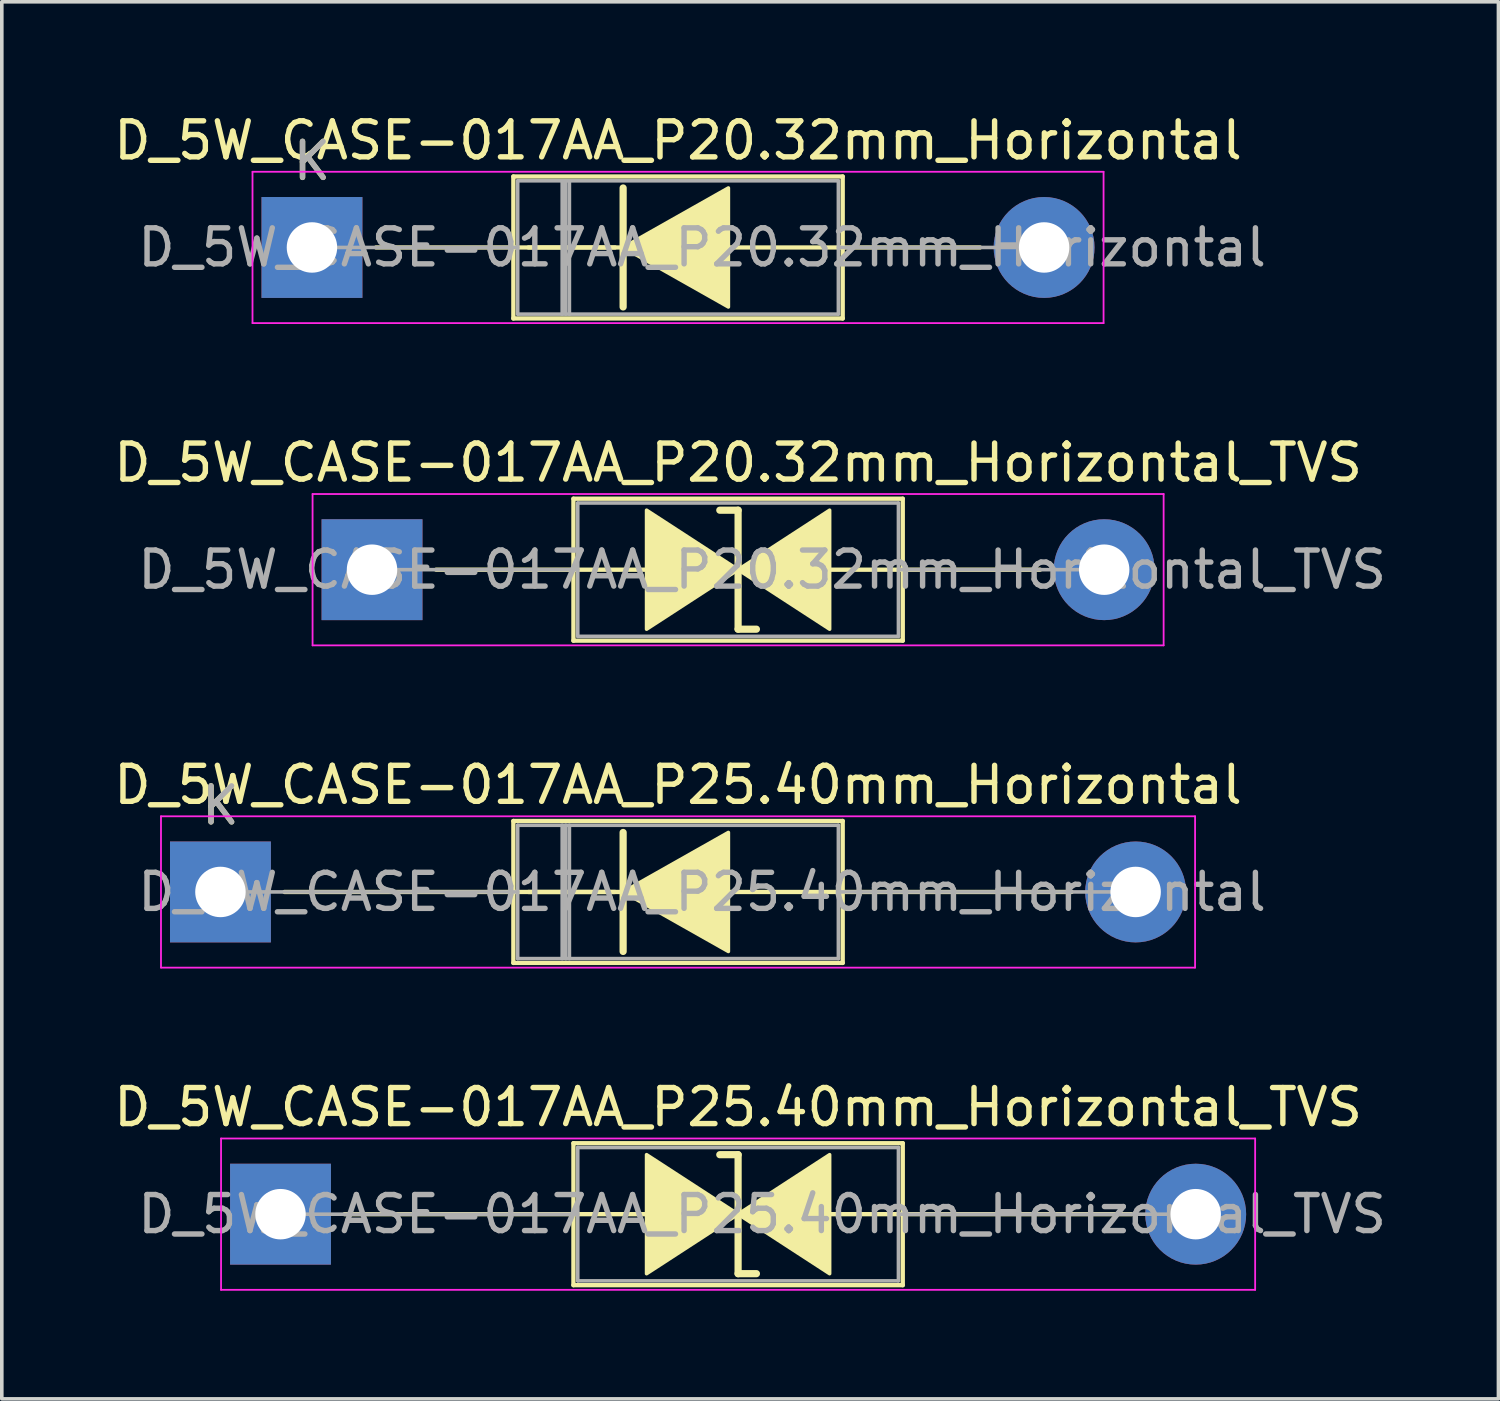
<source format=kicad_pcb>
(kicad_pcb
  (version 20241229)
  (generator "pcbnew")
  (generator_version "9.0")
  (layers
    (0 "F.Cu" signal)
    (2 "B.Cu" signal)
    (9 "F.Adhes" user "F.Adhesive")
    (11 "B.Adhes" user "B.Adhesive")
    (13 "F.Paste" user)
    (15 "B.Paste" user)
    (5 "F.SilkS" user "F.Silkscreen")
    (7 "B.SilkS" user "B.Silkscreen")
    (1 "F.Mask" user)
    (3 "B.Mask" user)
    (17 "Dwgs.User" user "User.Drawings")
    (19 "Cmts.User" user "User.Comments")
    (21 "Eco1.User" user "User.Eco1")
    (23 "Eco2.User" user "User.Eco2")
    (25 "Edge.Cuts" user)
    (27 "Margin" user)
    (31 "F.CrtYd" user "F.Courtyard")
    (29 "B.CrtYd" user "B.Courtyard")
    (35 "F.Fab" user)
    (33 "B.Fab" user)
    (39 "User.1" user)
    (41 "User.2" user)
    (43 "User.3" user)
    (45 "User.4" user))
  (footprint "D_5W_CASE-017AA_P25.40mm_Horizontal"
    (layer "F.Cu")
    (at 3.068 21.705)
    (property "Reference" "D_5W_CASE-017AA_P25.40mm_Horizontal" (at 12.7 -2.97 0) (layer "F.SilkS") (effects (font (size 1 1) (thickness 0.15))))
    (fp_line (start 1.778 0) (end 10.95 0) (stroke (width 0.12) (type solid)) (layer "F.SilkS"))
    (fp_line (start 8.13 -1.97) (end 8.13 1.97) (stroke (width 0.12) (type solid)) (layer "F.SilkS"))
    (fp_line (start 8.13 1.97) (end 17.27 1.97) (stroke (width 0.12) (type solid)) (layer "F.SilkS"))
    (fp_line (start 11.176 -1.651) (end 11.176 1.651) (stroke (width 0.2) (type solid)) (layer "F.SilkS"))
    (fp_line (start 11.176 0) (end 8.55 0) (stroke (width 0.12) (type solid)) (layer "F.SilkS"))
    (fp_line (start 17.27 -1.97) (end 8.13 -1.97) (stroke (width 0.12) (type solid)) (layer "F.SilkS"))
    (fp_line (start 17.27 1.97) (end 17.27 -1.97) (stroke (width 0.12) (type solid)) (layer "F.SilkS"))
    (fp_line (start 23.622 0) (end 13.97 0) (stroke (width 0.12) (type solid)) (layer "F.SilkS"))
    (fp_poly (pts (xy 14.097 1.651) (xy 11.176 0) (xy 14.097 -1.651)) (stroke (width 0.1) (type solid)) (fill yes) (layer "F.SilkS"))
    (fp_line (start -1.65 -2.1) (end -1.65 2.1) (stroke (width 0.05) (type solid)) (layer "F.CrtYd"))
    (fp_line (start -1.65 2.1) (end 27.05 2.1) (stroke (width 0.05) (type solid)) (layer "F.CrtYd"))
    (fp_line (start 27.05 -2.1) (end -1.65 -2.1) (stroke (width 0.05) (type solid)) (layer "F.CrtYd"))
    (fp_line (start 27.05 2.1) (end 27.05 -2.1) (stroke (width 0.05) (type solid)) (layer "F.CrtYd"))
    (fp_line (start 0 0) (end 8.25 0) (stroke (width 0.1) (type solid)) (layer "F.Fab"))
    (fp_line (start 8.25 -1.85) (end 8.25 1.85) (stroke (width 0.1) (type solid)) (layer "F.Fab"))
    (fp_line (start 8.25 1.85) (end 17.15 1.85) (stroke (width 0.1) (type solid)) (layer "F.Fab"))
    (fp_line (start 9.485 -1.85) (end 9.485 1.85) (stroke (width 0.1) (type solid)) (layer "F.Fab"))
    (fp_line (start 9.585 -1.85) (end 9.585 1.85) (stroke (width 0.1) (type solid)) (layer "F.Fab"))
    (fp_line (start 9.685 -1.85) (end 9.685 1.85) (stroke (width 0.1) (type solid)) (layer "F.Fab"))
    (fp_line (start 17.15 -1.85) (end 8.25 -1.85) (stroke (width 0.1) (type solid)) (layer "F.Fab"))
    (fp_line (start 17.15 1.85) (end 17.15 -1.85) (stroke (width 0.1) (type solid)) (layer "F.Fab"))
    (fp_line (start 25.4 0) (end 17.15 0) (stroke (width 0.1) (type solid)) (layer "F.Fab"))
    (fp_text user "K" (at 0 -2.4 0) (layer "F.SilkS") (effects (font (size 1 1) (thickness 0.15))))
    (fp_text user "${REFERENCE}" (at 13.367 0 0) (layer "F.Fab") (effects (font (size 1 1) (thickness 0.15))))
    (fp_text user "K" (at 0 -2.4 0) (layer "F.Fab") (effects (font (size 1 1) (thickness 0.15))))
    (pad "1" thru_hole rect (at 0 0) (size 2.8 2.8) (drill 1.4) (layers "*.Cu" "*.Mask"))
    (pad "2" thru_hole oval (at 25.4 0) (size 2.8 2.8) (drill 1.4) (layers "*.Cu" "*.Mask")))
  (footprint "D_5W_CASE-017AA_P20.32mm_Horizontal_TVS"
    (layer "F.Cu")
    (at 7.275 12.761)
    (property "Reference" "D_5W_CASE-017AA_P20.32mm_Horizontal_TVS" (at 10.16 -2.97 0) (layer "F.SilkS") (effects (font (size 1 1) (thickness 0.15))))
    (fp_line (start 1.778 0) (end 5.59 0) (stroke (width 0.12) (type solid)) (layer "F.SilkS"))
    (fp_line (start 5.588 0) (end 7.62 0) (stroke (width 0.12) (type solid)) (layer "F.SilkS"))
    (fp_line (start 5.59 -1.97) (end 5.59 1.97) (stroke (width 0.12) (type solid)) (layer "F.SilkS"))
    (fp_line (start 5.59 1.97) (end 14.73 1.97) (stroke (width 0.12) (type solid)) (layer "F.SilkS"))
    (fp_line (start 10.16 -1.651) (end 9.652 -1.651) (stroke (width 0.2) (type solid)) (layer "F.SilkS"))
    (fp_line (start 10.16 1.651) (end 10.16 -1.651) (stroke (width 0.2) (type solid)) (layer "F.SilkS"))
    (fp_line (start 10.668 1.651) (end 10.16 1.651) (stroke (width 0.2) (type solid)) (layer "F.SilkS"))
    (fp_line (start 14.73 -1.97) (end 5.59 -1.97) (stroke (width 0.12) (type solid)) (layer "F.SilkS"))
    (fp_line (start 14.73 0) (end 12.7 0) (stroke (width 0.12) (type solid)) (layer "F.SilkS"))
    (fp_line (start 14.73 1.97) (end 14.73 -1.97) (stroke (width 0.12) (type solid)) (layer "F.SilkS"))
    (fp_line (start 18.542 0) (end 14.73 0) (stroke (width 0.12) (type solid)) (layer "F.SilkS"))
    (fp_poly (pts (xy 10.16 0) (xy 7.62 1.651) (xy 7.62 -1.651)) (stroke (width 0.1) (type solid)) (fill yes) (layer "F.SilkS"))
    (fp_poly (pts (xy 10.16 0) (xy 12.7 -1.651) (xy 12.7 1.651)) (stroke (width 0.1) (type solid)) (fill yes) (layer "F.SilkS"))
    (fp_line (start -1.65 -2.1) (end -1.65 2.1) (stroke (width 0.05) (type solid)) (layer "F.CrtYd"))
    (fp_line (start -1.65 2.1) (end 21.97 2.1) (stroke (width 0.05) (type solid)) (layer "F.CrtYd"))
    (fp_line (start 21.97 -2.1) (end -1.65 -2.1) (stroke (width 0.05) (type solid)) (layer "F.CrtYd"))
    (fp_line (start 21.97 2.1) (end 21.97 -2.1) (stroke (width 0.05) (type solid)) (layer "F.CrtYd"))
    (fp_line (start 0 0) (end 5.71 0) (stroke (width 0.1) (type solid)) (layer "F.Fab"))
    (fp_line (start 5.71 -1.85) (end 5.71 1.85) (stroke (width 0.1) (type solid)) (layer "F.Fab"))
    (fp_line (start 5.71 1.85) (end 14.61 1.85) (stroke (width 0.1) (type solid)) (layer "F.Fab"))
    (fp_line (start 14.61 -1.85) (end 5.71 -1.85) (stroke (width 0.1) (type solid)) (layer "F.Fab"))
    (fp_line (start 14.61 1.85) (end 14.61 -1.85) (stroke (width 0.1) (type solid)) (layer "F.Fab"))
    (fp_line (start 20.32 0) (end 14.61 0) (stroke (width 0.1) (type solid)) (layer "F.Fab"))
    (fp_text user "${REFERENCE}" (at 10.828 0 0) (layer "F.Fab") (effects (font (size 1 1) (thickness 0.15))))
    (pad "1" thru_hole rect (at 0 0) (size 2.8 2.8) (drill 1.4) (layers "*.Cu" "*.Mask"))
    (pad "2" thru_hole oval (at 20.32 0) (size 2.8 2.8) (drill 1.4) (layers "*.Cu" "*.Mask")))
  (footprint "D_5W_CASE-017AA_P20.32mm_Horizontal"
    (layer "F.Cu")
    (at 5.608 3.818)
    (property "Reference" "D_5W_CASE-017AA_P20.32mm_Horizontal" (at 10.16 -2.97 0) (layer "F.SilkS") (effects (font (size 1 1) (thickness 0.15))))
    (fp_line (start 1.778 0) (end 8.41 0) (stroke (width 0.12) (type solid)) (layer "F.SilkS"))
    (fp_line (start 5.59 -1.97) (end 5.59 1.97) (stroke (width 0.12) (type solid)) (layer "F.SilkS"))
    (fp_line (start 5.59 1.97) (end 14.73 1.97) (stroke (width 0.12) (type solid)) (layer "F.SilkS"))
    (fp_line (start 8.636 -1.651) (end 8.636 1.651) (stroke (width 0.2) (type solid)) (layer "F.SilkS"))
    (fp_line (start 8.636 0) (end 6.01 0) (stroke (width 0.12) (type solid)) (layer "F.SilkS"))
    (fp_line (start 14.73 -1.97) (end 5.59 -1.97) (stroke (width 0.12) (type solid)) (layer "F.SilkS"))
    (fp_line (start 14.73 1.97) (end 14.73 -1.97) (stroke (width 0.12) (type solid)) (layer "F.SilkS"))
    (fp_line (start 18.542 0) (end 11.43 0) (stroke (width 0.12) (type solid)) (layer "F.SilkS"))
    (fp_poly (pts (xy 11.557 1.651) (xy 8.636 0) (xy 11.557 -1.651)) (stroke (width 0.1) (type solid)) (fill yes) (layer "F.SilkS"))
    (fp_line (start -1.65 -2.1) (end -1.65 2.1) (stroke (width 0.05) (type solid)) (layer "F.CrtYd"))
    (fp_line (start -1.65 2.1) (end 21.97 2.1) (stroke (width 0.05) (type solid)) (layer "F.CrtYd"))
    (fp_line (start 21.97 -2.1) (end -1.65 -2.1) (stroke (width 0.05) (type solid)) (layer "F.CrtYd"))
    (fp_line (start 21.97 2.1) (end 21.97 -2.1) (stroke (width 0.05) (type solid)) (layer "F.CrtYd"))
    (fp_line (start 0 0) (end 5.71 0) (stroke (width 0.1) (type solid)) (layer "F.Fab"))
    (fp_line (start 5.71 -1.85) (end 5.71 1.85) (stroke (width 0.1) (type solid)) (layer "F.Fab"))
    (fp_line (start 5.71 1.85) (end 14.61 1.85) (stroke (width 0.1) (type solid)) (layer "F.Fab"))
    (fp_line (start 6.945 -1.85) (end 6.945 1.85) (stroke (width 0.1) (type solid)) (layer "F.Fab"))
    (fp_line (start 7.045 -1.85) (end 7.045 1.85) (stroke (width 0.1) (type solid)) (layer "F.Fab"))
    (fp_line (start 7.145 -1.85) (end 7.145 1.85) (stroke (width 0.1) (type solid)) (layer "F.Fab"))
    (fp_line (start 14.61 -1.85) (end 5.71 -1.85) (stroke (width 0.1) (type solid)) (layer "F.Fab"))
    (fp_line (start 14.61 1.85) (end 14.61 -1.85) (stroke (width 0.1) (type solid)) (layer "F.Fab"))
    (fp_line (start 20.32 0) (end 14.61 0) (stroke (width 0.1) (type solid)) (layer "F.Fab"))
    (fp_text user "K" (at 0 -2.4 0) (layer "F.SilkS") (effects (font (size 1 1) (thickness 0.15))))
    (fp_text user "${REFERENCE}" (at 10.828 0 0) (layer "F.Fab") (effects (font (size 1 1) (thickness 0.15))))
    (fp_text user "K" (at 0 -2.4 0) (layer "F.Fab") (effects (font (size 1 1) (thickness 0.15))))
    (pad "1" thru_hole rect (at 0 0) (size 2.8 2.8) (drill 1.4) (layers "*.Cu" "*.Mask"))
    (pad "2" thru_hole oval (at 20.32 0) (size 2.8 2.8) (drill 1.4) (layers "*.Cu" "*.Mask")))
  (footprint "D_5W_CASE-017AA_P25.40mm_Horizontal_TVS"
    (layer "F.Cu")
    (at 4.735 30.648)
    (property "Reference" "D_5W_CASE-017AA_P25.40mm_Horizontal_TVS" (at 12.7 -2.97 0) (layer "F.SilkS") (effects (font (size 1 1) (thickness 0.15))))
    (fp_line (start 1.778 0) (end 8.13 0) (stroke (width 0.12) (type solid)) (layer "F.SilkS"))
    (fp_line (start 8.128 0) (end 10.16 0) (stroke (width 0.12) (type solid)) (layer "F.SilkS"))
    (fp_line (start 8.13 -1.97) (end 8.13 1.97) (stroke (width 0.12) (type solid)) (layer "F.SilkS"))
    (fp_line (start 8.13 1.97) (end 17.27 1.97) (stroke (width 0.12) (type solid)) (layer "F.SilkS"))
    (fp_line (start 12.7 -1.651) (end 12.192 -1.651) (stroke (width 0.2) (type solid)) (layer "F.SilkS"))
    (fp_line (start 12.7 1.651) (end 12.7 -1.651) (stroke (width 0.2) (type solid)) (layer "F.SilkS"))
    (fp_line (start 13.208 1.651) (end 12.7 1.651) (stroke (width 0.2) (type solid)) (layer "F.SilkS"))
    (fp_line (start 17.27 -1.97) (end 8.13 -1.97) (stroke (width 0.12) (type solid)) (layer "F.SilkS"))
    (fp_line (start 17.27 0) (end 15.24 0) (stroke (width 0.12) (type solid)) (layer "F.SilkS"))
    (fp_line (start 17.27 1.97) (end 17.27 -1.97) (stroke (width 0.12) (type solid)) (layer "F.SilkS"))
    (fp_line (start 23.622 0) (end 17.27 0) (stroke (width 0.12) (type solid)) (layer "F.SilkS"))
    (fp_poly (pts (xy 12.7 0) (xy 10.16 1.651) (xy 10.16 -1.651)) (stroke (width 0.1) (type solid)) (fill yes) (layer "F.SilkS"))
    (fp_poly (pts (xy 12.7 0) (xy 15.24 -1.651) (xy 15.24 1.651)) (stroke (width 0.1) (type solid)) (fill yes) (layer "F.SilkS"))
    (fp_line (start -1.65 -2.1) (end -1.65 2.1) (stroke (width 0.05) (type solid)) (layer "F.CrtYd"))
    (fp_line (start -1.65 2.1) (end 27.05 2.1) (stroke (width 0.05) (type solid)) (layer "F.CrtYd"))
    (fp_line (start 27.05 -2.1) (end -1.65 -2.1) (stroke (width 0.05) (type solid)) (layer "F.CrtYd"))
    (fp_line (start 27.05 2.1) (end 27.05 -2.1) (stroke (width 0.05) (type solid)) (layer "F.CrtYd"))
    (fp_line (start 0 0) (end 8.25 0) (stroke (width 0.1) (type solid)) (layer "F.Fab"))
    (fp_line (start 8.25 -1.85) (end 8.25 1.85) (stroke (width 0.1) (type solid)) (layer "F.Fab"))
    (fp_line (start 8.25 1.85) (end 17.15 1.85) (stroke (width 0.1) (type solid)) (layer "F.Fab"))
    (fp_line (start 17.15 -1.85) (end 8.25 -1.85) (stroke (width 0.1) (type solid)) (layer "F.Fab"))
    (fp_line (start 17.15 1.85) (end 17.15 -1.85) (stroke (width 0.1) (type solid)) (layer "F.Fab"))
    (fp_line (start 25.4 0) (end 17.15 0) (stroke (width 0.1) (type solid)) (layer "F.Fab"))
    (fp_text user "${REFERENCE}" (at 13.367 0 0) (layer "F.Fab") (effects (font (size 1 1) (thickness 0.15))))
    (pad "1" thru_hole rect (at 0 0) (size 2.8 2.8) (drill 1.4) (layers "*.Cu" "*.Mask"))
    (pad "2" thru_hole oval (at 25.4 0) (size 2.8 2.8) (drill 1.4) (layers "*.Cu" "*.Mask")))
  (gr_rect
    (start -3 -3)
    (end 38.537 35.773)
    (stroke (width 0.1) (type default))
    (fill no)
    (layer "Edge.Cuts")))
</source>
